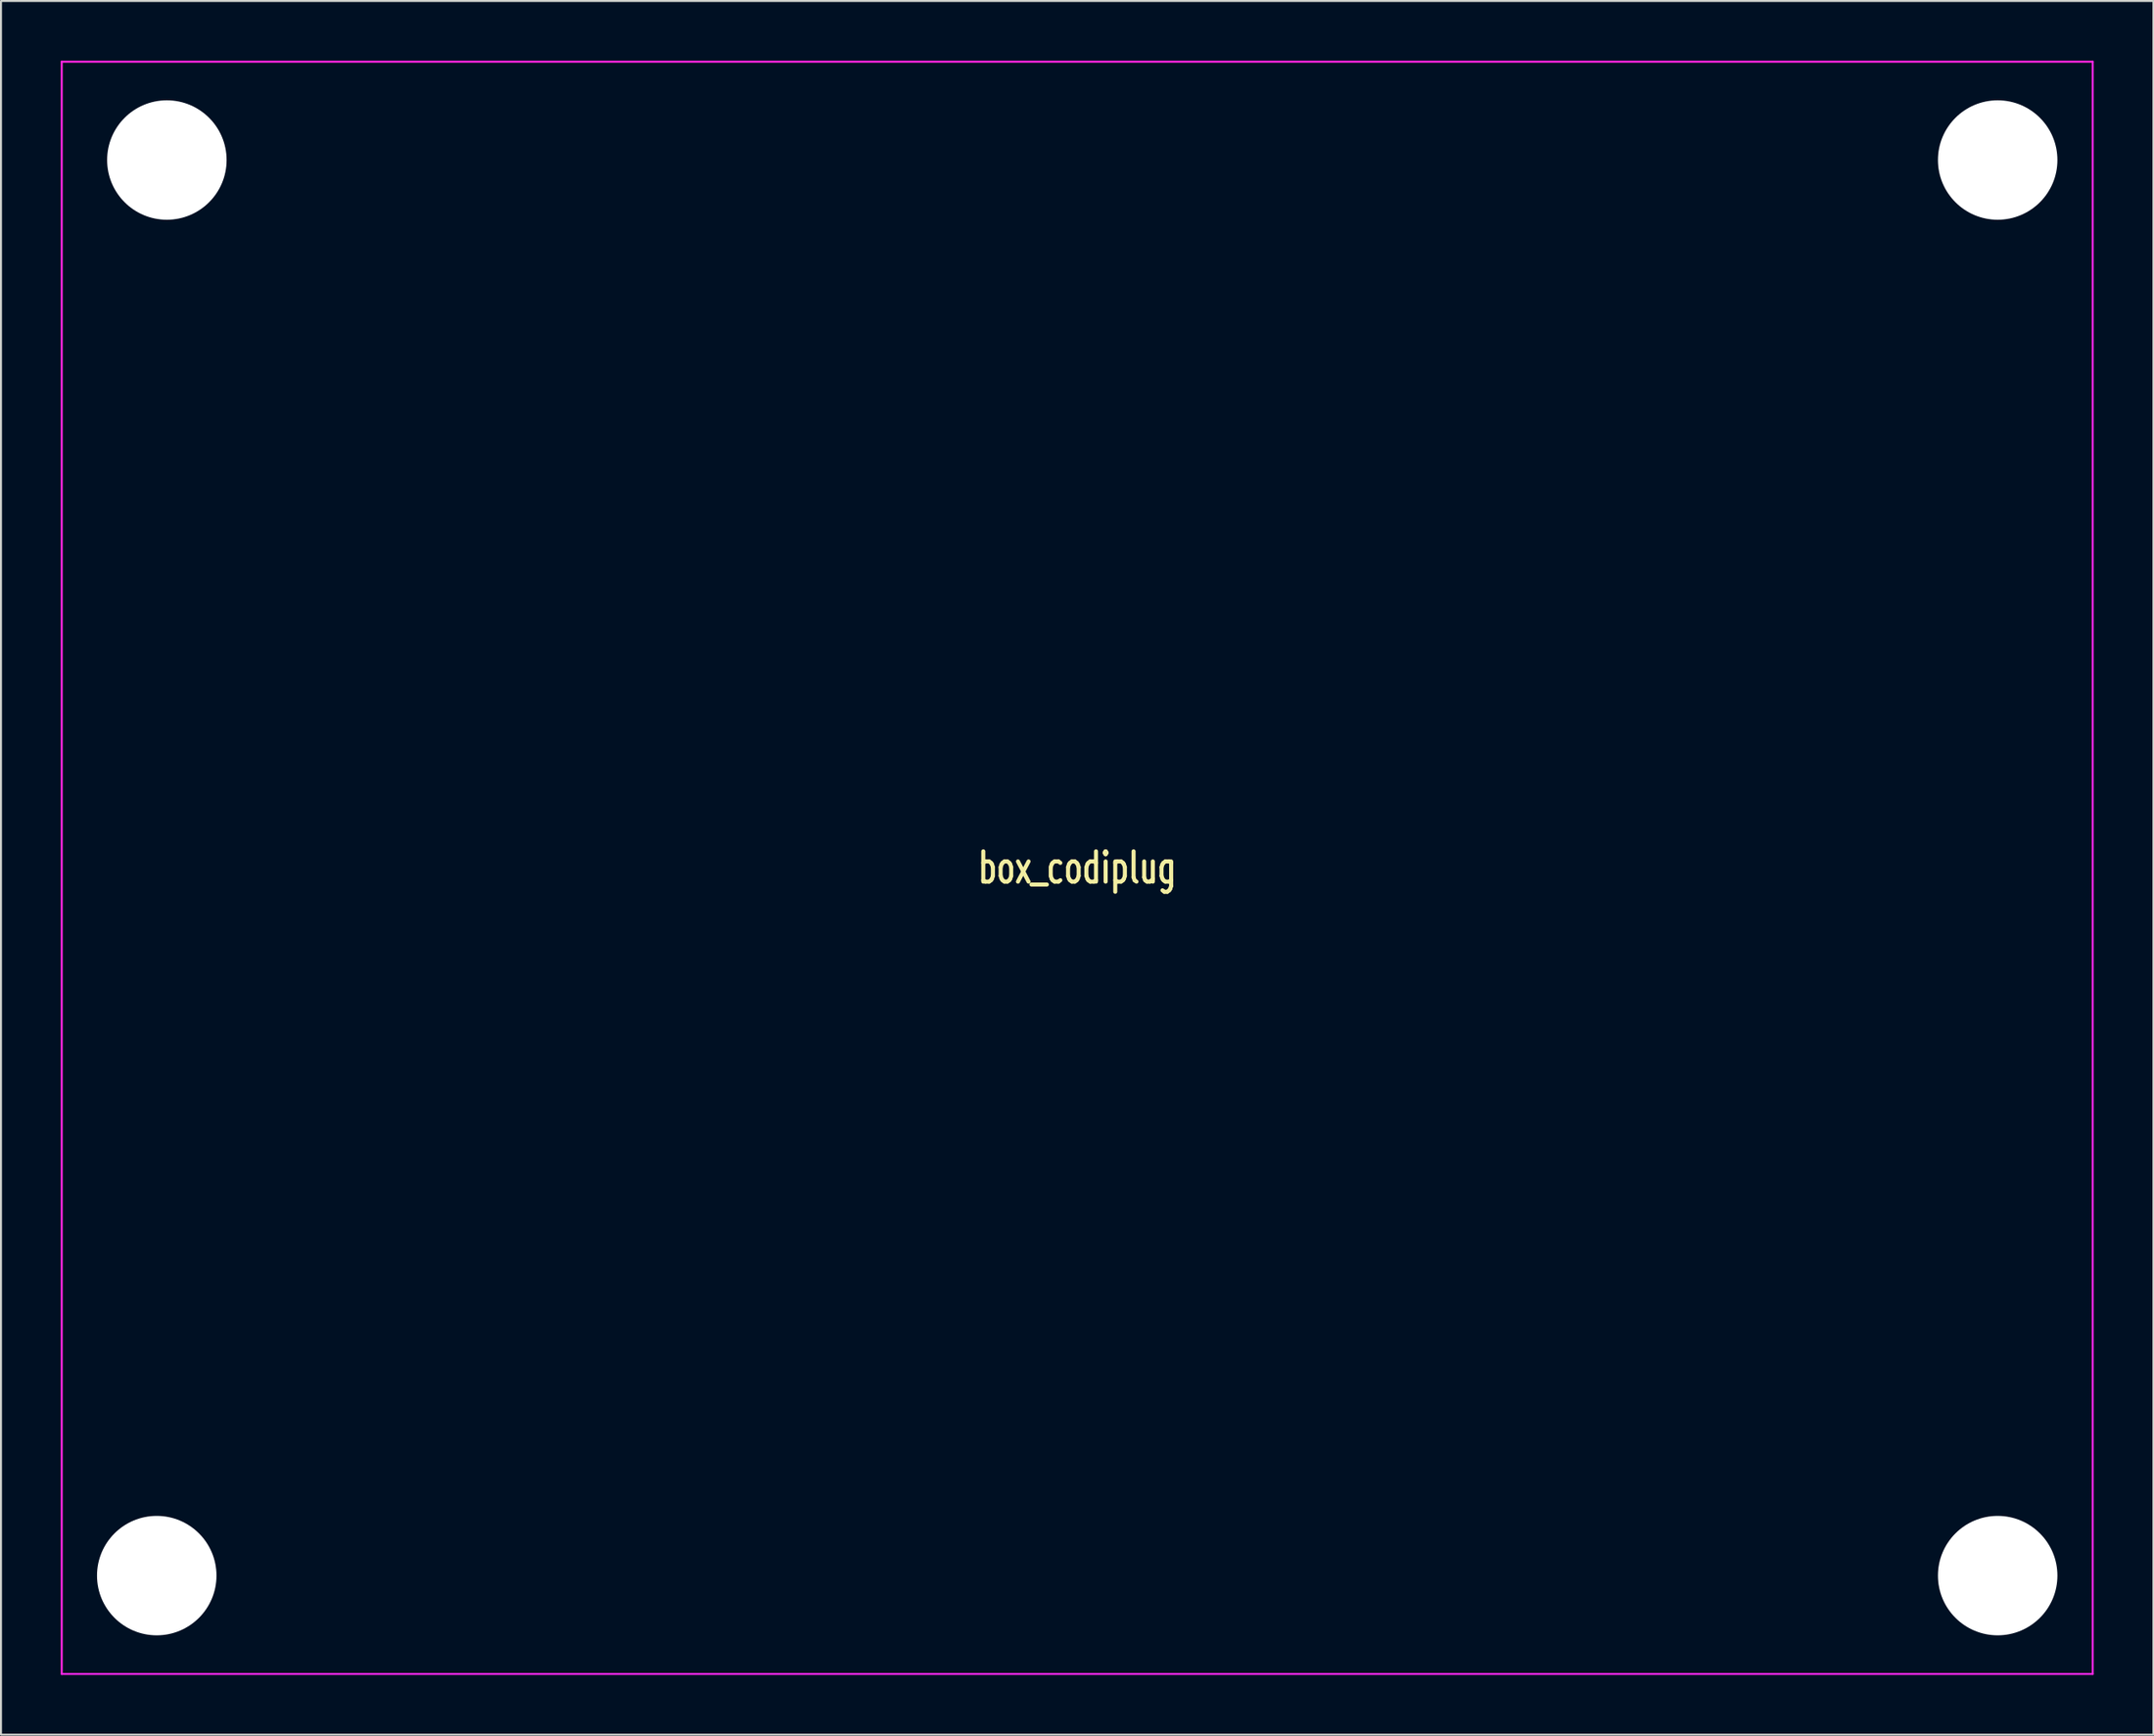
<source format=kicad_pcb>
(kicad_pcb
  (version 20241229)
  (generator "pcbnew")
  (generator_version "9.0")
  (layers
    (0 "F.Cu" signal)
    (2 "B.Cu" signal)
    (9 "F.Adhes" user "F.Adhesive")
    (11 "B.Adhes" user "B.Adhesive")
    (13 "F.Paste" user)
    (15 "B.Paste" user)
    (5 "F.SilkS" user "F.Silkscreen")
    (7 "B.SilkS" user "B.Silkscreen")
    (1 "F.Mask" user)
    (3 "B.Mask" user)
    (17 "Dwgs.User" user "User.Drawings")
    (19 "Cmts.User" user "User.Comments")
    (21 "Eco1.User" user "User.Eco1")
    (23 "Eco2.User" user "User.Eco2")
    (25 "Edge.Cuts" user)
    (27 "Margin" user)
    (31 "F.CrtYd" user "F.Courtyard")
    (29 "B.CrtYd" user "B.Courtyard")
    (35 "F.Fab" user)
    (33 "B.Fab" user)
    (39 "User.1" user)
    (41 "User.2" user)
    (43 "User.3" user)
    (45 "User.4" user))
  (footprint "box_codiplug"
    (layer "F.Cu")
    (at 51.05 40.55)
    (property "Reference" "box_codiplug" (at 0 0 0) (layer "F.SilkS") (effects (font (size 1.524 1.016) (thickness 0.203))))
    (attr through_hole)
    (fp_line (start -50.8 -40.386) (end 50.8 -40.386) (stroke (width 0.15) (type solid)) (layer "Eco1.User"))
    (fp_line (start -50.8 40.386) (end -50.8 -40.386) (stroke (width 0.15) (type solid)) (layer "Eco1.User"))
    (fp_line (start 50.8 -40.386) (end 50.8 40.386) (stroke (width 0.15) (type solid)) (layer "Eco1.User"))
    (fp_line (start 50.8 40.386) (end -50.8 40.386) (stroke (width 0.15) (type solid)) (layer "Eco1.User"))
    (fp_line (start -51 -40.5) (end -51 40.5) (stroke (width 0.1) (type solid)) (layer "F.CrtYd"))
    (fp_line (start -51 40.5) (end 51 40.5) (stroke (width 0.1) (type solid)) (layer "F.CrtYd"))
    (fp_line (start 51 -40.5) (end -51 -40.5) (stroke (width 0.1) (type solid)) (layer "F.CrtYd"))
    (fp_line (start 51 40.5) (end 51 -40.5) (stroke (width 0.1) (type solid)) (layer "F.CrtYd"))
    (pad "" np_thru_hole circle (at -46.228 35.56) (size 6 6) (drill 6) (layers "*.Cu" "*.Mask"))
    (pad "" np_thru_hole circle (at -45.72 -35.56) (size 6 6) (drill 6) (layers "*.Cu" "*.Mask"))
    (pad "" np_thru_hole circle (at 46.228 -35.56) (size 6 6) (drill 6) (layers "*.Cu" "*.Mask"))
    (pad "" np_thru_hole circle (at 46.228 35.56) (size 6 6) (drill 6) (layers "*.Cu" "*.Mask")))
  (gr_rect
    (start -3 -3)
    (end 105.1 84.1)
    (stroke (width 0.1) (type default))
    (fill no)
    (layer "Edge.Cuts")))
</source>
